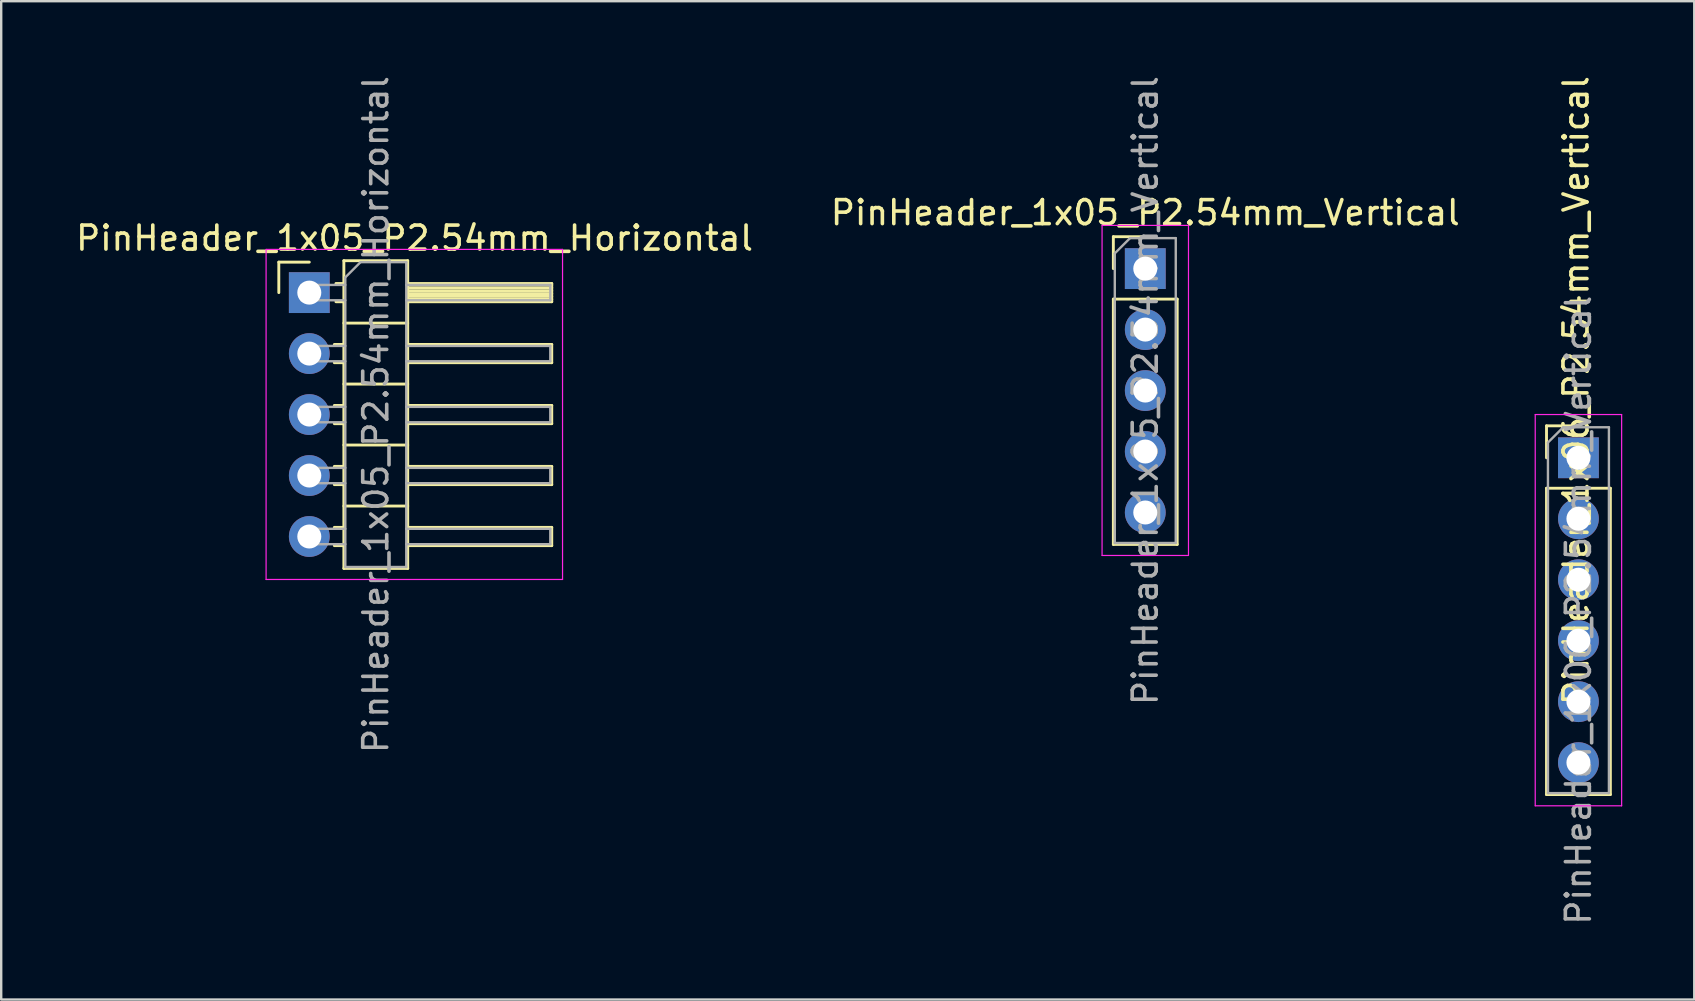
<source format=kicad_pcb>
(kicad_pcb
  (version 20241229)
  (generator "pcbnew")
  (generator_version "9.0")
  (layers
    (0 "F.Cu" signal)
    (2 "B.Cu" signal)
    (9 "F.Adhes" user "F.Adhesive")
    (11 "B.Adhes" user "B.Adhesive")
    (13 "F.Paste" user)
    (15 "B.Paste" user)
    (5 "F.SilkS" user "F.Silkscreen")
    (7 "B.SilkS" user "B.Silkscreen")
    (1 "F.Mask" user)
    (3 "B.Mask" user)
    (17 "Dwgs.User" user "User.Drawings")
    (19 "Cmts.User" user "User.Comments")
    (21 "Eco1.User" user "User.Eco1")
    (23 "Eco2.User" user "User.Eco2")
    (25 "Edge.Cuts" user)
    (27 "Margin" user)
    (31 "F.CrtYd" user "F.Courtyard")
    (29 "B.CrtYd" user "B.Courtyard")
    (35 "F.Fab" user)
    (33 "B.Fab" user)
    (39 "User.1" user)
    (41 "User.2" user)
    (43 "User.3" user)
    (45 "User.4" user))
  (footprint "PinHeader_1x05_P2.54mm_Horizontal"
    (layer "F.Cu")
    (at 9.835 9.14)
    (property "Reference" "PinHeader_1x05_P2.54mm_Horizontal" (at 4.385 -2.27 0) (layer "F.SilkS") (effects (font (size 1 1) (thickness 0.15))))
    (attr through_hole)
    (fp_line (start -1.27 -1.27) (end 0 -1.27) (stroke (width 0.12) (type solid)) (layer "F.SilkS"))
    (fp_line (start -1.27 0) (end -1.27 -1.27) (stroke (width 0.12) (type solid)) (layer "F.SilkS"))
    (fp_line (start 1.043 2.16) (end 1.44 2.16) (stroke (width 0.12) (type solid)) (layer "F.SilkS"))
    (fp_line (start 1.043 2.92) (end 1.44 2.92) (stroke (width 0.12) (type solid)) (layer "F.SilkS"))
    (fp_line (start 1.043 4.7) (end 1.44 4.7) (stroke (width 0.12) (type solid)) (layer "F.SilkS"))
    (fp_line (start 1.043 5.46) (end 1.44 5.46) (stroke (width 0.12) (type solid)) (layer "F.SilkS"))
    (fp_line (start 1.043 7.24) (end 1.44 7.24) (stroke (width 0.12) (type solid)) (layer "F.SilkS"))
    (fp_line (start 1.043 8) (end 1.44 8) (stroke (width 0.12) (type solid)) (layer "F.SilkS"))
    (fp_line (start 1.043 9.78) (end 1.44 9.78) (stroke (width 0.12) (type solid)) (layer "F.SilkS"))
    (fp_line (start 1.043 10.54) (end 1.44 10.54) (stroke (width 0.12) (type solid)) (layer "F.SilkS"))
    (fp_line (start 1.11 -0.38) (end 1.44 -0.38) (stroke (width 0.12) (type solid)) (layer "F.SilkS"))
    (fp_line (start 1.11 0.38) (end 1.44 0.38) (stroke (width 0.12) (type solid)) (layer "F.SilkS"))
    (fp_line (start 1.44 -1.33) (end 1.44 11.49) (stroke (width 0.12) (type solid)) (layer "F.SilkS"))
    (fp_line (start 1.44 1.27) (end 4.1 1.27) (stroke (width 0.12) (type solid)) (layer "F.SilkS"))
    (fp_line (start 1.44 3.81) (end 4.1 3.81) (stroke (width 0.12) (type solid)) (layer "F.SilkS"))
    (fp_line (start 1.44 6.35) (end 4.1 6.35) (stroke (width 0.12) (type solid)) (layer "F.SilkS"))
    (fp_line (start 1.44 8.89) (end 4.1 8.89) (stroke (width 0.12) (type solid)) (layer "F.SilkS"))
    (fp_line (start 1.44 11.49) (end 4.1 11.49) (stroke (width 0.12) (type solid)) (layer "F.SilkS"))
    (fp_line (start 4.1 -1.33) (end 1.44 -1.33) (stroke (width 0.12) (type solid)) (layer "F.SilkS"))
    (fp_line (start 4.1 -0.38) (end 10.1 -0.38) (stroke (width 0.12) (type solid)) (layer "F.SilkS"))
    (fp_line (start 4.1 -0.32) (end 10.1 -0.32) (stroke (width 0.12) (type solid)) (layer "F.SilkS"))
    (fp_line (start 4.1 -0.2) (end 10.1 -0.2) (stroke (width 0.12) (type solid)) (layer "F.SilkS"))
    (fp_line (start 4.1 -0.08) (end 10.1 -0.08) (stroke (width 0.12) (type solid)) (layer "F.SilkS"))
    (fp_line (start 4.1 0.04) (end 10.1 0.04) (stroke (width 0.12) (type solid)) (layer "F.SilkS"))
    (fp_line (start 4.1 0.16) (end 10.1 0.16) (stroke (width 0.12) (type solid)) (layer "F.SilkS"))
    (fp_line (start 4.1 0.28) (end 10.1 0.28) (stroke (width 0.12) (type solid)) (layer "F.SilkS"))
    (fp_line (start 4.1 2.16) (end 10.1 2.16) (stroke (width 0.12) (type solid)) (layer "F.SilkS"))
    (fp_line (start 4.1 4.7) (end 10.1 4.7) (stroke (width 0.12) (type solid)) (layer "F.SilkS"))
    (fp_line (start 4.1 7.24) (end 10.1 7.24) (stroke (width 0.12) (type solid)) (layer "F.SilkS"))
    (fp_line (start 4.1 9.78) (end 10.1 9.78) (stroke (width 0.12) (type solid)) (layer "F.SilkS"))
    (fp_line (start 4.1 11.49) (end 4.1 -1.33) (stroke (width 0.12) (type solid)) (layer "F.SilkS"))
    (fp_line (start 10.1 -0.38) (end 10.1 0.38) (stroke (width 0.12) (type solid)) (layer "F.SilkS"))
    (fp_line (start 10.1 0.38) (end 4.1 0.38) (stroke (width 0.12) (type solid)) (layer "F.SilkS"))
    (fp_line (start 10.1 2.16) (end 10.1 2.92) (stroke (width 0.12) (type solid)) (layer "F.SilkS"))
    (fp_line (start 10.1 2.92) (end 4.1 2.92) (stroke (width 0.12) (type solid)) (layer "F.SilkS"))
    (fp_line (start 10.1 4.7) (end 10.1 5.46) (stroke (width 0.12) (type solid)) (layer "F.SilkS"))
    (fp_line (start 10.1 5.46) (end 4.1 5.46) (stroke (width 0.12) (type solid)) (layer "F.SilkS"))
    (fp_line (start 10.1 7.24) (end 10.1 8) (stroke (width 0.12) (type solid)) (layer "F.SilkS"))
    (fp_line (start 10.1 8) (end 4.1 8) (stroke (width 0.12) (type solid)) (layer "F.SilkS"))
    (fp_line (start 10.1 9.78) (end 10.1 10.54) (stroke (width 0.12) (type solid)) (layer "F.SilkS"))
    (fp_line (start 10.1 10.54) (end 4.1 10.54) (stroke (width 0.12) (type solid)) (layer "F.SilkS"))
    (fp_line (start -1.8 -1.8) (end -1.8 11.95) (stroke (width 0.05) (type solid)) (layer "F.CrtYd"))
    (fp_line (start -1.8 11.95) (end 10.55 11.95) (stroke (width 0.05) (type solid)) (layer "F.CrtYd"))
    (fp_line (start 10.55 -1.8) (end -1.8 -1.8) (stroke (width 0.05) (type solid)) (layer "F.CrtYd"))
    (fp_line (start 10.55 11.95) (end 10.55 -1.8) (stroke (width 0.05) (type solid)) (layer "F.CrtYd"))
    (fp_line (start -0.32 -0.32) (end -0.32 0.32) (stroke (width 0.1) (type solid)) (layer "F.Fab"))
    (fp_line (start -0.32 -0.32) (end 1.5 -0.32) (stroke (width 0.1) (type solid)) (layer "F.Fab"))
    (fp_line (start -0.32 0.32) (end 1.5 0.32) (stroke (width 0.1) (type solid)) (layer "F.Fab"))
    (fp_line (start -0.32 2.22) (end -0.32 2.86) (stroke (width 0.1) (type solid)) (layer "F.Fab"))
    (fp_line (start -0.32 2.22) (end 1.5 2.22) (stroke (width 0.1) (type solid)) (layer "F.Fab"))
    (fp_line (start -0.32 2.86) (end 1.5 2.86) (stroke (width 0.1) (type solid)) (layer "F.Fab"))
    (fp_line (start -0.32 4.76) (end -0.32 5.4) (stroke (width 0.1) (type solid)) (layer "F.Fab"))
    (fp_line (start -0.32 4.76) (end 1.5 4.76) (stroke (width 0.1) (type solid)) (layer "F.Fab"))
    (fp_line (start -0.32 5.4) (end 1.5 5.4) (stroke (width 0.1) (type solid)) (layer "F.Fab"))
    (fp_line (start -0.32 7.3) (end -0.32 7.94) (stroke (width 0.1) (type solid)) (layer "F.Fab"))
    (fp_line (start -0.32 7.3) (end 1.5 7.3) (stroke (width 0.1) (type solid)) (layer "F.Fab"))
    (fp_line (start -0.32 7.94) (end 1.5 7.94) (stroke (width 0.1) (type solid)) (layer "F.Fab"))
    (fp_line (start -0.32 9.84) (end -0.32 10.48) (stroke (width 0.1) (type solid)) (layer "F.Fab"))
    (fp_line (start -0.32 9.84) (end 1.5 9.84) (stroke (width 0.1) (type solid)) (layer "F.Fab"))
    (fp_line (start -0.32 10.48) (end 1.5 10.48) (stroke (width 0.1) (type solid)) (layer "F.Fab"))
    (fp_line (start 1.5 -0.635) (end 2.135 -1.27) (stroke (width 0.1) (type solid)) (layer "F.Fab"))
    (fp_line (start 1.5 11.43) (end 1.5 -0.635) (stroke (width 0.1) (type solid)) (layer "F.Fab"))
    (fp_line (start 2.135 -1.27) (end 4.04 -1.27) (stroke (width 0.1) (type solid)) (layer "F.Fab"))
    (fp_line (start 4.04 -1.27) (end 4.04 11.43) (stroke (width 0.1) (type solid)) (layer "F.Fab"))
    (fp_line (start 4.04 -0.32) (end 10.04 -0.32) (stroke (width 0.1) (type solid)) (layer "F.Fab"))
    (fp_line (start 4.04 0.32) (end 10.04 0.32) (stroke (width 0.1) (type solid)) (layer "F.Fab"))
    (fp_line (start 4.04 2.22) (end 10.04 2.22) (stroke (width 0.1) (type solid)) (layer "F.Fab"))
    (fp_line (start 4.04 2.86) (end 10.04 2.86) (stroke (width 0.1) (type solid)) (layer "F.Fab"))
    (fp_line (start 4.04 4.76) (end 10.04 4.76) (stroke (width 0.1) (type solid)) (layer "F.Fab"))
    (fp_line (start 4.04 5.4) (end 10.04 5.4) (stroke (width 0.1) (type solid)) (layer "F.Fab"))
    (fp_line (start 4.04 7.3) (end 10.04 7.3) (stroke (width 0.1) (type solid)) (layer "F.Fab"))
    (fp_line (start 4.04 7.94) (end 10.04 7.94) (stroke (width 0.1) (type solid)) (layer "F.Fab"))
    (fp_line (start 4.04 9.84) (end 10.04 9.84) (stroke (width 0.1) (type solid)) (layer "F.Fab"))
    (fp_line (start 4.04 10.48) (end 10.04 10.48) (stroke (width 0.1) (type solid)) (layer "F.Fab"))
    (fp_line (start 4.04 11.43) (end 1.5 11.43) (stroke (width 0.1) (type solid)) (layer "F.Fab"))
    (fp_line (start 10.04 -0.32) (end 10.04 0.32) (stroke (width 0.1) (type solid)) (layer "F.Fab"))
    (fp_line (start 10.04 2.22) (end 10.04 2.86) (stroke (width 0.1) (type solid)) (layer "F.Fab"))
    (fp_line (start 10.04 4.76) (end 10.04 5.4) (stroke (width 0.1) (type solid)) (layer "F.Fab"))
    (fp_line (start 10.04 7.3) (end 10.04 7.94) (stroke (width 0.1) (type solid)) (layer "F.Fab"))
    (fp_line (start 10.04 9.84) (end 10.04 10.48) (stroke (width 0.1) (type solid)) (layer "F.Fab"))
    (fp_text user "${REFERENCE}" (at 2.77 5.08 90) (layer "F.Fab") (effects (font (size 1 1) (thickness 0.15))))
    (pad "1" thru_hole rect (at 0 0) (size 1.7 1.7) (drill 1) (layers "*.Cu" "*.Mask"))
    (pad "2" thru_hole oval (at 0 2.54) (size 1.7 1.7) (drill 1) (layers "*.Cu" "*.Mask"))
    (pad "3" thru_hole oval (at 0 5.08) (size 1.7 1.7) (drill 1) (layers "*.Cu" "*.Mask"))
    (pad "4" thru_hole oval (at 0 7.62) (size 1.7 1.7) (drill 1) (layers "*.Cu" "*.Mask"))
    (pad "5" thru_hole oval (at 0 10.16) (size 1.7 1.7) (drill 1) (layers "*.Cu" "*.Mask")))
  (footprint "PinHeader_1x06_P2.54mm_Vertical"
    (layer "F.Cu")
    (at 62.706 16.02)
    (property "Reference" "PinHeader_1x06_P2.54mm_Vertical" (at -0.1 -2.8 90) (layer "F.SilkS") (effects (font (size 1 1) (thickness 0.15))))
    (attr through_hole)
    (fp_line (start -1.33 -1.33) (end 0 -1.33) (stroke (width 0.12) (type solid)) (layer "F.SilkS"))
    (fp_line (start -1.33 0) (end -1.33 -1.33) (stroke (width 0.12) (type solid)) (layer "F.SilkS"))
    (fp_line (start -1.33 1.27) (end -1.33 14.03) (stroke (width 0.12) (type solid)) (layer "F.SilkS"))
    (fp_line (start -1.33 1.27) (end 1.33 1.27) (stroke (width 0.12) (type solid)) (layer "F.SilkS"))
    (fp_line (start -1.33 14.03) (end 1.33 14.03) (stroke (width 0.12) (type solid)) (layer "F.SilkS"))
    (fp_line (start 1.33 1.27) (end 1.33 14.03) (stroke (width 0.12) (type solid)) (layer "F.SilkS"))
    (fp_line (start -1.8 -1.8) (end -1.8 14.5) (stroke (width 0.05) (type solid)) (layer "F.CrtYd"))
    (fp_line (start -1.8 14.5) (end 1.8 14.5) (stroke (width 0.05) (type solid)) (layer "F.CrtYd"))
    (fp_line (start 1.8 -1.8) (end -1.8 -1.8) (stroke (width 0.05) (type solid)) (layer "F.CrtYd"))
    (fp_line (start 1.8 14.5) (end 1.8 -1.8) (stroke (width 0.05) (type solid)) (layer "F.CrtYd"))
    (fp_line (start -1.27 -0.635) (end -0.635 -1.27) (stroke (width 0.1) (type solid)) (layer "F.Fab"))
    (fp_line (start -1.27 13.97) (end -1.27 -0.635) (stroke (width 0.1) (type solid)) (layer "F.Fab"))
    (fp_line (start -0.635 -1.27) (end 1.27 -1.27) (stroke (width 0.1) (type solid)) (layer "F.Fab"))
    (fp_line (start 1.27 -1.27) (end 1.27 13.97) (stroke (width 0.1) (type solid)) (layer "F.Fab"))
    (fp_line (start 1.27 13.97) (end -1.27 13.97) (stroke (width 0.1) (type solid)) (layer "F.Fab"))
    (fp_text user "${REFERENCE}" (at 0 6.35 270) (layer "F.Fab") (effects (font (size 1 1) (thickness 0.15))))
    (pad "1" thru_hole rect (at 0 0) (size 1.7 1.7) (drill 1) (layers "*.Cu" "*.Mask"))
    (pad "2" thru_hole oval (at 0 2.54) (size 1.7 1.7) (drill 1) (layers "*.Cu" "*.Mask"))
    (pad "3" thru_hole oval (at 0 5.08) (size 1.7 1.7) (drill 1) (layers "*.Cu" "*.Mask"))
    (pad "4" thru_hole oval (at 0 7.62) (size 1.7 1.7) (drill 1) (layers "*.Cu" "*.Mask"))
    (pad "5" thru_hole oval (at 0 10.16) (size 1.7 1.7) (drill 1) (layers "*.Cu" "*.Mask"))
    (pad "6" thru_hole oval (at 0 12.7) (size 1.7 1.7) (drill 1) (layers "*.Cu" "*.Mask")))
  (footprint "PinHeader_1x05_P2.54mm_Vertical"
    (layer "F.Cu")
    (at 44.661 8.14)
    (property "Reference" "PinHeader_1x05_P2.54mm_Vertical" (at 0 -2.33 0) (layer "F.SilkS") (effects (font (size 1 1) (thickness 0.15))))
    (attr through_hole)
    (fp_line (start -1.33 -1.33) (end 0 -1.33) (stroke (width 0.12) (type solid)) (layer "F.SilkS"))
    (fp_line (start -1.33 0) (end -1.33 -1.33) (stroke (width 0.12) (type solid)) (layer "F.SilkS"))
    (fp_line (start -1.33 1.27) (end -1.33 11.49) (stroke (width 0.12) (type solid)) (layer "F.SilkS"))
    (fp_line (start -1.33 1.27) (end 1.33 1.27) (stroke (width 0.12) (type solid)) (layer "F.SilkS"))
    (fp_line (start -1.33 11.49) (end 1.33 11.49) (stroke (width 0.12) (type solid)) (layer "F.SilkS"))
    (fp_line (start 1.33 1.27) (end 1.33 11.49) (stroke (width 0.12) (type solid)) (layer "F.SilkS"))
    (fp_line (start -1.8 -1.8) (end -1.8 11.95) (stroke (width 0.05) (type solid)) (layer "F.CrtYd"))
    (fp_line (start -1.8 11.95) (end 1.8 11.95) (stroke (width 0.05) (type solid)) (layer "F.CrtYd"))
    (fp_line (start 1.8 -1.8) (end -1.8 -1.8) (stroke (width 0.05) (type solid)) (layer "F.CrtYd"))
    (fp_line (start 1.8 11.95) (end 1.8 -1.8) (stroke (width 0.05) (type solid)) (layer "F.CrtYd"))
    (fp_line (start -1.27 -0.635) (end -0.635 -1.27) (stroke (width 0.1) (type solid)) (layer "F.Fab"))
    (fp_line (start -1.27 11.43) (end -1.27 -0.635) (stroke (width 0.1) (type solid)) (layer "F.Fab"))
    (fp_line (start -0.635 -1.27) (end 1.27 -1.27) (stroke (width 0.1) (type solid)) (layer "F.Fab"))
    (fp_line (start 1.27 -1.27) (end 1.27 11.43) (stroke (width 0.1) (type solid)) (layer "F.Fab"))
    (fp_line (start 1.27 11.43) (end -1.27 11.43) (stroke (width 0.1) (type solid)) (layer "F.Fab"))
    (fp_text user "${REFERENCE}" (at 0 5.08 90) (layer "F.Fab") (effects (font (size 1 1) (thickness 0.15))))
    (pad "1" thru_hole rect (at 0 0) (size 1.7 1.7) (drill 1) (layers "*.Cu" "*.Mask"))
    (pad "2" thru_hole oval (at 0 2.54) (size 1.7 1.7) (drill 1) (layers "*.Cu" "*.Mask"))
    (pad "3" thru_hole oval (at 0 5.08) (size 1.7 1.7) (drill 1) (layers "*.Cu" "*.Mask"))
    (pad "4" thru_hole oval (at 0 7.62) (size 1.7 1.7) (drill 1) (layers "*.Cu" "*.Mask"))
    (pad "5" thru_hole oval (at 0 10.16) (size 1.7 1.7) (drill 1) (layers "*.Cu" "*.Mask")))
  (gr_rect
    (start -3 -3)
    (end 67.531 38.59)
    (stroke (width 0.1) (type default))
    (fill no)
    (layer "Edge.Cuts")))
</source>
